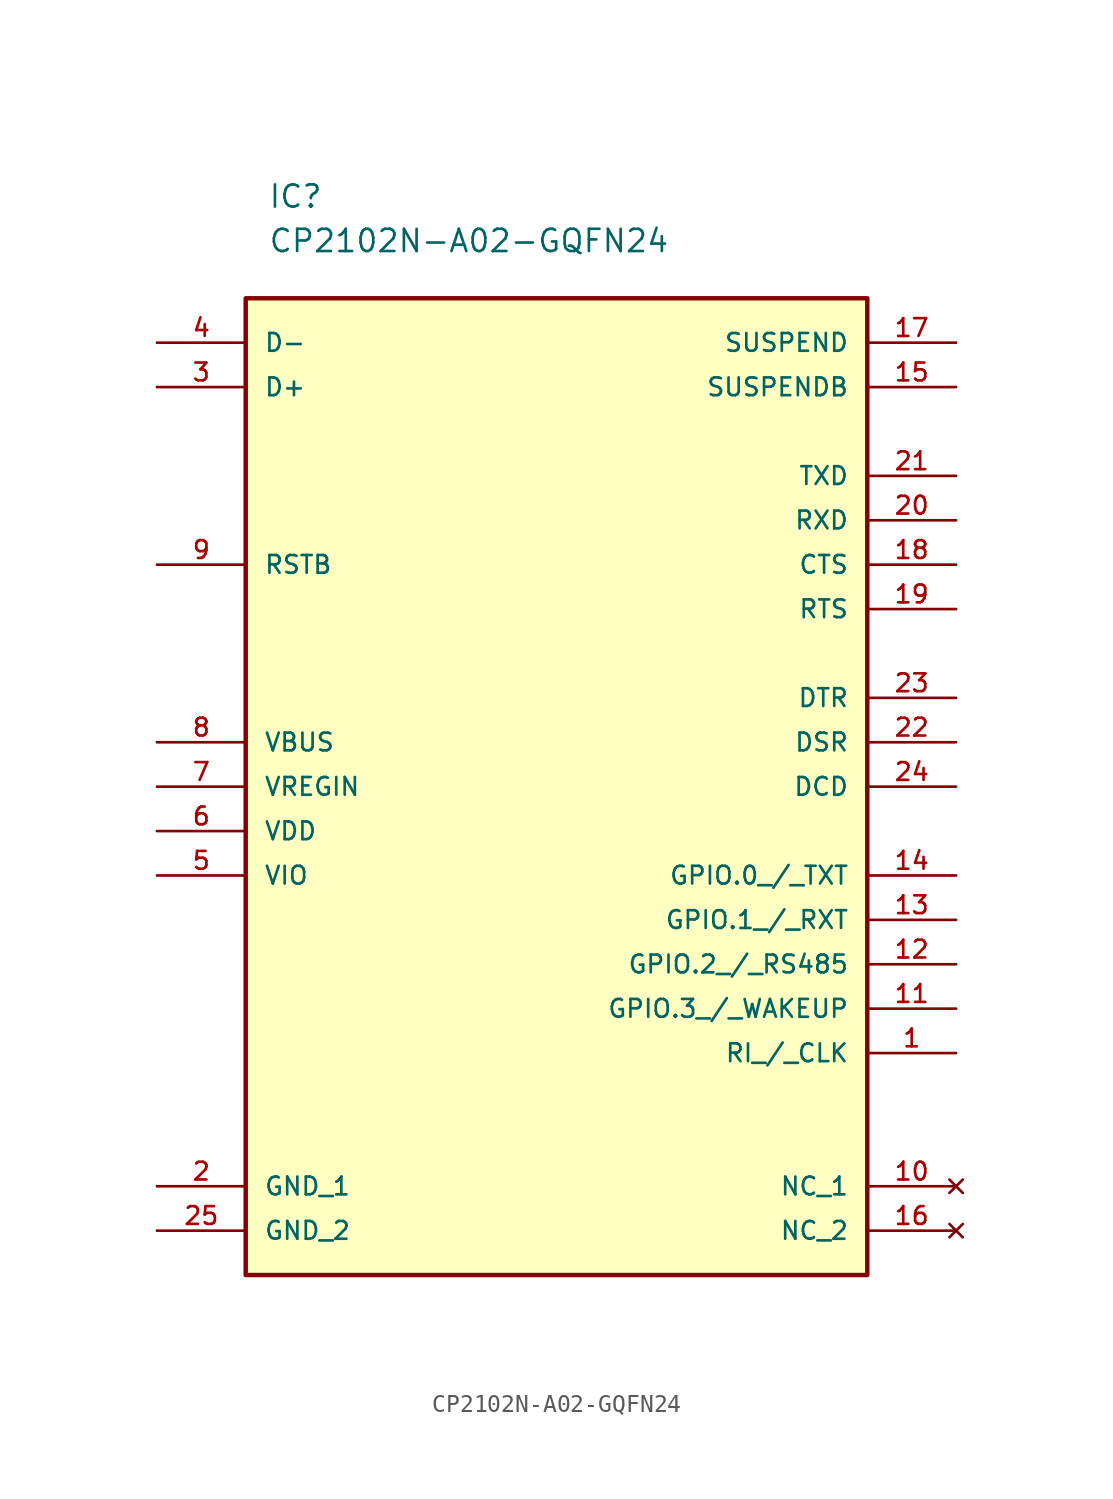
<source format=kicad_sym>
(kicad_symbol_lib
  (version 20211014)
  (generator kicad_symbol_editor)
  (symbol "CP2102N-A02-GQFN24"
    (pin_names
      (offset 1.016))
    (property "Reference" "IC"
      (at -16.51 30.48 0)
      (effects (font (size 1.27 1.27)) (justify left bottom)))
    (property "Value" "CP2102N-A02-GQFN24"
      (at -16.51 27.94 0)
      (effects (font (size 1.27 1.27)) (justify left bottom)))
    (symbol "CP2102N-A02-GQFN24_0_0"
      (rectangle (start -17.78 -30.48) (end 17.78 25.4) (stroke (width 0.254) (type default) (color 0 0 0 0)) (fill (type background)))
      (pin bidirectional line (at 22.86 -17.78 180) (length 5.08) (name "RI_/_CLK" (effects (font (size 1.016 1.016)))) (number "1" (effects (font (size 1.016 1.016)))))
      (pin no_connect line (at 22.86 -25.4 180) (length 5.08) (name "NC_1" (effects (font (size 1.016 1.016)))) (number "10" (effects (font (size 1.016 1.016)))))
      (pin bidirectional line (at 22.86 -15.24 180) (length 5.08) (name "GPIO.3_/_WAKEUP" (effects (font (size 1.016 1.016)))) (number "11" (effects (font (size 1.016 1.016)))))
      (pin bidirectional line (at 22.86 -12.7 180) (length 5.08) (name "GPIO.2_/_RS485" (effects (font (size 1.016 1.016)))) (number "12" (effects (font (size 1.016 1.016)))))
      (pin bidirectional line (at 22.86 -10.16 180) (length 5.08) (name "GPIO.1_/_RXT" (effects (font (size 1.016 1.016)))) (number "13" (effects (font (size 1.016 1.016)))))
      (pin bidirectional line (at 22.86 -7.62 180) (length 5.08) (name "GPIO.0_/_TXT" (effects (font (size 1.016 1.016)))) (number "14" (effects (font (size 1.016 1.016)))))
      (pin output line (at 22.86 20.32 180) (length 5.08) (name "SUSPENDB" (effects (font (size 1.016 1.016)))) (number "15" (effects (font (size 1.016 1.016)))))
      (pin no_connect line (at 22.86 -27.94 180) (length 5.08) (name "NC_2" (effects (font (size 1.016 1.016)))) (number "16" (effects (font (size 1.016 1.016)))))
      (pin output line (at 22.86 22.86 180) (length 5.08) (name "SUSPEND" (effects (font (size 1.016 1.016)))) (number "17" (effects (font (size 1.016 1.016)))))
      (pin bidirectional line (at 22.86 10.16 180) (length 5.08) (name "CTS" (effects (font (size 1.016 1.016)))) (number "18" (effects (font (size 1.016 1.016)))))
      (pin output line (at 22.86 7.62 180) (length 5.08) (name "RTS" (effects (font (size 1.016 1.016)))) (number "19" (effects (font (size 1.016 1.016)))))
      (pin power_in line (at -22.86 -25.4 0) (length 5.08) (name "GND_1" (effects (font (size 1.016 1.016)))) (number "2" (effects (font (size 1.016 1.016)))))
      (pin input line (at 22.86 12.7 180) (length 5.08) (name "RXD" (effects (font (size 1.016 1.016)))) (number "20" (effects (font (size 1.016 1.016)))))
      (pin output line (at 22.86 15.24 180) (length 5.08) (name "TXD" (effects (font (size 1.016 1.016)))) (number "21" (effects (font (size 1.016 1.016)))))
      (pin bidirectional line (at 22.86 0 180) (length 5.08) (name "DSR" (effects (font (size 1.016 1.016)))) (number "22" (effects (font (size 1.016 1.016)))))
      (pin bidirectional line (at 22.86 2.54 180) (length 5.08) (name "DTR" (effects (font (size 1.016 1.016)))) (number "23" (effects (font (size 1.016 1.016)))))
      (pin bidirectional line (at 22.86 -2.54 180) (length 5.08) (name "DCD" (effects (font (size 1.016 1.016)))) (number "24" (effects (font (size 1.016 1.016)))))
      (pin power_in line (at -22.86 -27.94 0) (length 5.08) (name "GND_2" (effects (font (size 1.016 1.016)))) (number "25" (effects (font (size 1.016 1.016)))))
      (pin bidirectional line (at -22.86 20.32 0) (length 5.08) (name "D+" (effects (font (size 1.016 1.016)))) (number "3" (effects (font (size 1.016 1.016)))))
      (pin bidirectional line (at -22.86 22.86 0) (length 5.08) (name "D-" (effects (font (size 1.016 1.016)))) (number "4" (effects (font (size 1.016 1.016)))))
      (pin power_in line (at -22.86 -7.62 0) (length 5.08) (name "VIO" (effects (font (size 1.016 1.016)))) (number "5" (effects (font (size 1.016 1.016)))))
      (pin power_in line (at -22.86 -5.08 0) (length 5.08) (name "VDD" (effects (font (size 1.016 1.016)))) (number "6" (effects (font (size 1.016 1.016)))))
      (pin power_in line (at -22.86 -2.54 0) (length 5.08) (name "VREGIN" (effects (font (size 1.016 1.016)))) (number "7" (effects (font (size 1.016 1.016)))))
      (pin power_in line (at -22.86 0 0) (length 5.08) (name "VBUS" (effects (font (size 1.016 1.016)))) (number "8" (effects (font (size 1.016 1.016)))))
      (pin bidirectional line (at -22.86 10.16 0) (length 5.08) (name "RSTB" (effects (font (size 1.016 1.016)))) (number "9" (effects (font (size 1.016 1.016))))))))
</source>
